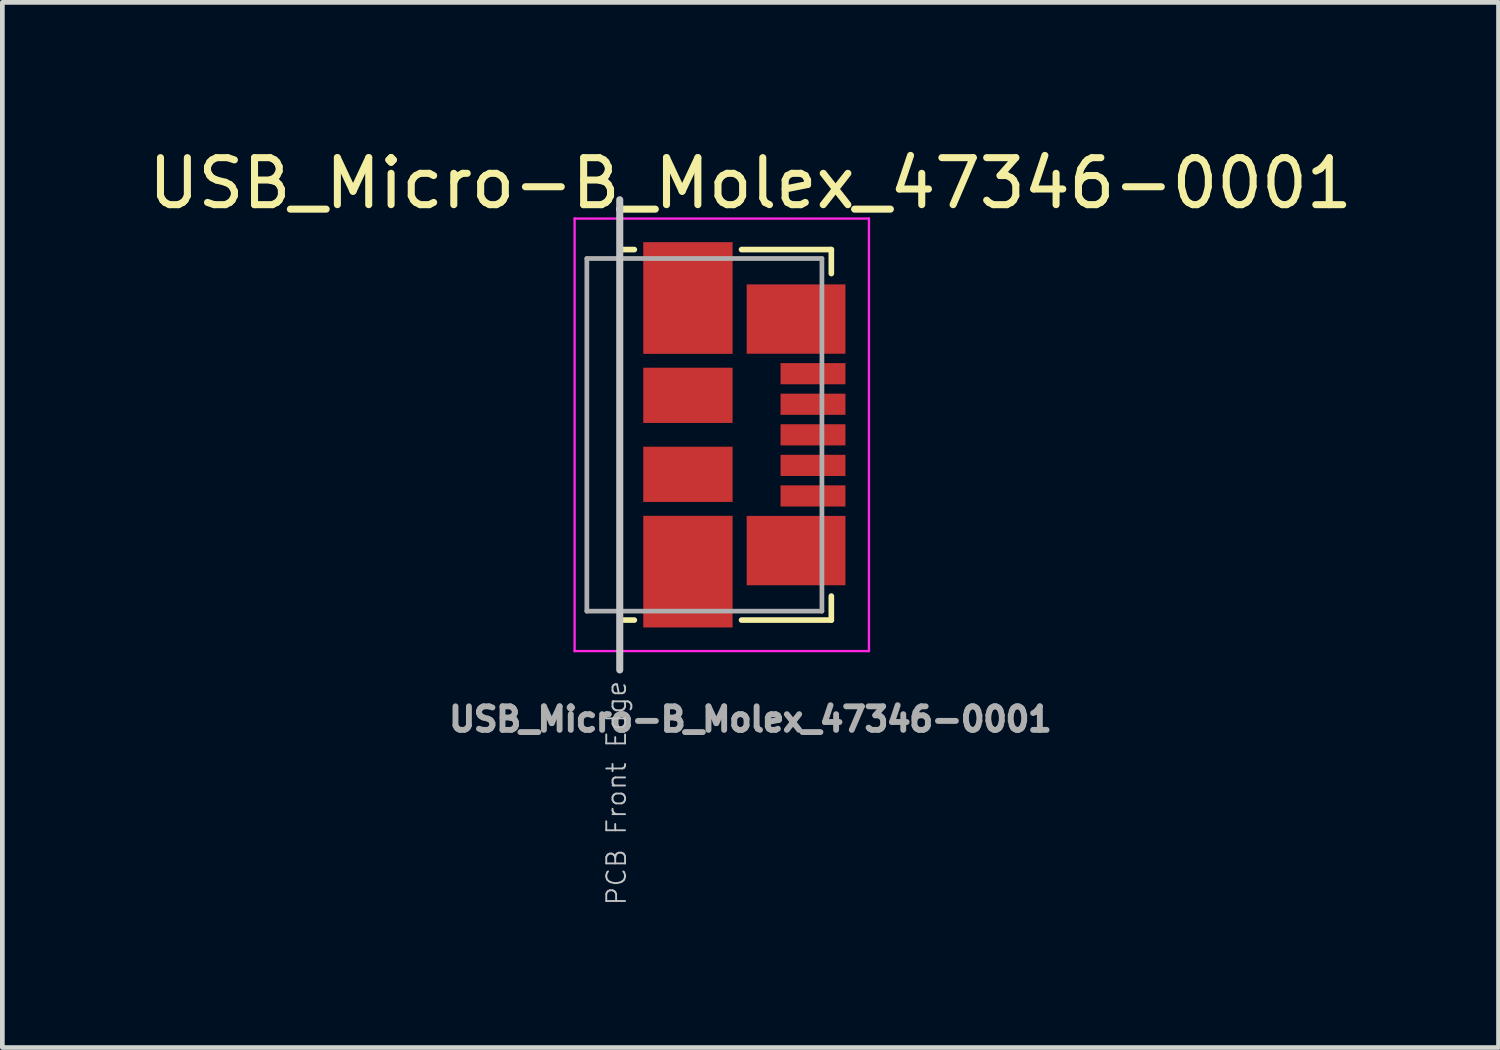
<source format=kicad_pcb>
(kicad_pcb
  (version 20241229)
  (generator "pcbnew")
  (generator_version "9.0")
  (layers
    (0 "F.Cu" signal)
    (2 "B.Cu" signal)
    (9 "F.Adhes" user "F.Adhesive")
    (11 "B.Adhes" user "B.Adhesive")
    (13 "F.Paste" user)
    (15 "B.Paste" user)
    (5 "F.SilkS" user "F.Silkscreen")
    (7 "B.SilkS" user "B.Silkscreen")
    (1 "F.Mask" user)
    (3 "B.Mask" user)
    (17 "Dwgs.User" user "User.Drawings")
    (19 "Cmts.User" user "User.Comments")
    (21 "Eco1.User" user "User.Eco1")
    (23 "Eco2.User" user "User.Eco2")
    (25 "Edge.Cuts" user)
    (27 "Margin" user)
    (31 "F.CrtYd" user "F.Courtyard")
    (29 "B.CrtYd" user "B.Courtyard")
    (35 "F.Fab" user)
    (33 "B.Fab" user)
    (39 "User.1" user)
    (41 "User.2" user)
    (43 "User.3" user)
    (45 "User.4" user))
  (footprint "USB_Micro-B_Molex_47346-0001"
    (layer "F.Cu")
    (at 12.911 6.198)
    (property "Reference" "USB_Micro-B_Molex_47346-0001" (at 0 -5.35 0) (layer "F.SilkS") (effects (font (size 1 1) (thickness 0.15))))
    (attr smd)
    (fp_line (start -2.73 -3.94) (end -2.47 -3.94) (stroke (width 0.12) (type solid)) (layer "F.SilkS"))
    (fp_line (start -2.47 3.94) (end -2.73 3.94) (stroke (width 0.12) (type solid)) (layer "F.SilkS"))
    (fp_line (start -0.19 -3.94) (end 1.72 -3.94) (stroke (width 0.12) (type solid)) (layer "F.SilkS"))
    (fp_line (start 1.72 -3.94) (end 1.72 -3.43) (stroke (width 0.12) (type solid)) (layer "F.SilkS"))
    (fp_line (start 1.72 3.94) (end -0.19 3.94) (stroke (width 0.12) (type solid)) (layer "F.SilkS"))
    (fp_line (start 1.72 3.94) (end 1.72 3.43) (stroke (width 0.12) (type solid)) (layer "F.SilkS"))
    (fp_line (start -2.78 -5) (end -2.78 5) (stroke (width 0.15) (type solid)) (layer "Dwgs.User"))
    (fp_line (start -3.74 -4.6) (end 2.52 -4.6) (stroke (width 0.05) (type solid)) (layer "F.CrtYd"))
    (fp_line (start -3.74 4.6) (end -3.74 -4.6) (stroke (width 0.05) (type solid)) (layer "F.CrtYd"))
    (fp_line (start 2.52 -4.6) (end 2.52 4.6) (stroke (width 0.05) (type solid)) (layer "F.CrtYd"))
    (fp_line (start 2.52 4.6) (end -3.74 4.6) (stroke (width 0.05) (type solid)) (layer "F.CrtYd"))
    (fp_line (start -3.48 -3.75) (end 1.52 -3.75) (stroke (width 0.1) (type solid)) (layer "F.Fab"))
    (fp_line (start -3.48 3.75) (end -3.48 -3.75) (stroke (width 0.1) (type solid)) (layer "F.Fab"))
    (fp_line (start 1.52 -3.75) (end 1.52 3.75) (stroke (width 0.1) (type solid)) (layer "F.Fab"))
    (fp_line (start 1.52 3.75) (end -3.48 3.75) (stroke (width 0.1) (type solid)) (layer "F.Fab"))
    (fp_text user "PCB Front Edge" (at -2.85 7.62 90) (layer "Dwgs.User") (effects (font (size 0.4 0.4) (thickness 0.04))))
    (fp_text user "${REFERENCE}" (at 0 6.05 0) (layer "F.Fab") (effects (font (size 0.5 0.5) (thickness 0.125))))
    (pad "1" smd rect (at 1.33 -1.3) (size 1.38 0.45) (layers "F.Cu" "F.Mask" "F.Paste"))
    (pad "2" smd rect (at 1.33 -0.65) (size 1.38 0.45) (layers "F.Cu" "F.Mask" "F.Paste"))
    (pad "3" smd rect (at 1.33 0) (size 1.38 0.45) (layers "F.Cu" "F.Mask" "F.Paste"))
    (pad "4" smd rect (at 1.33 0.65) (size 1.38 0.45) (layers "F.Cu" "F.Mask" "F.Paste"))
    (pad "5" smd rect (at 1.33 1.3) (size 1.38 0.45) (layers "F.Cu" "F.Mask" "F.Paste"))
    (pad "6" smd rect (at -1.33 -2.91) (size 1.9 2.375) (layers "F.Cu" "F.Mask" "F.Paste"))
    (pad "6" smd rect (at -1.33 -0.84) (size 1.9 1.175) (layers "F.Cu" "F.Mask" "F.Paste"))
    (pad "6" smd rect (at -1.33 0.84) (size 1.9 1.175) (layers "F.Cu" "F.Mask" "F.Paste"))
    (pad "6" smd rect (at -1.33 2.91) (size 1.9 2.375) (layers "F.Cu" "F.Mask" "F.Paste"))
    (pad "6" smd rect (at 0.97 -2.462) (size 2.1 1.475) (layers "F.Cu" "F.Mask" "F.Paste"))
    (pad "6" smd rect (at 0.97 2.462) (size 2.1 1.475) (layers "F.Cu" "F.Mask" "F.Paste")))
  (gr_rect
    (start -3 -3)
    (end 28.821 19.229)
    (stroke (width 0.1) (type default))
    (fill no)
    (layer "Edge.Cuts")))
</source>
